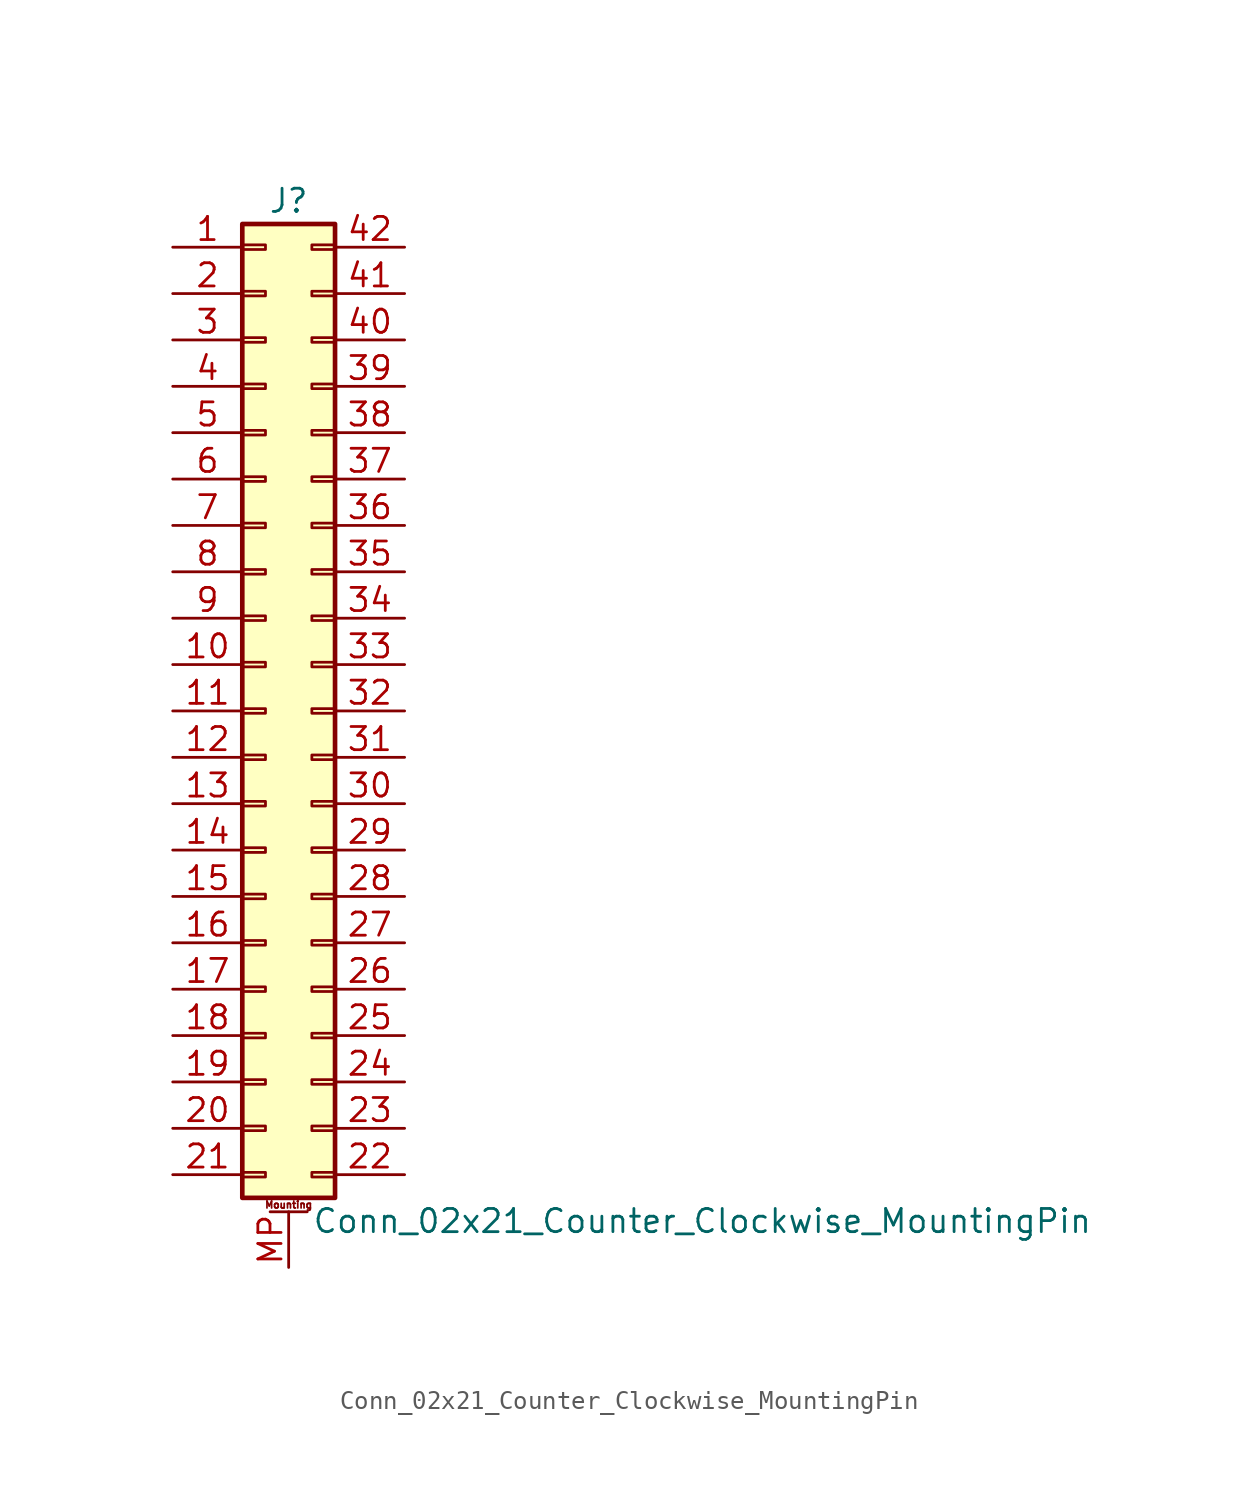
<source format=kicad_sym>
(kicad_symbol_lib
  (version 20201005)
  (generator kicad_symbol_editor)
  (symbol "Conn_02x21_Counter_Clockwise_MountingPin"
    (pin_names
      (offset 1.016) hide)
    (property "Reference" "J"
      (at 1.27 27.94 0)
      (effects (font (size 1.27 1.27))))
    (property "Value" "Conn_02x21_Counter_Clockwise_MountingPin"
      (at 2.54 -27.94 0)
      (effects (font (size 1.27 1.27)) (justify left)))
    (symbol "Conn_02x21_Counter_Clockwise_MountingPin_1_1"
      (text "Mounting" (at 1.27 -27.051 0) (effects (font (size 0.381 0.381))))
      (rectangle (start -1.27 -25.273) (end 0 -25.527) (stroke (width 0.152)) (fill (type none)))
      (rectangle (start -1.27 -22.733) (end 0 -22.987) (stroke (width 0.152)) (fill (type none)))
      (rectangle (start -1.27 -20.193) (end 0 -20.447) (stroke (width 0.152)) (fill (type none)))
      (rectangle (start -1.27 -17.653) (end 0 -17.907) (stroke (width 0.152)) (fill (type none)))
      (rectangle (start -1.27 -15.113) (end 0 -15.367) (stroke (width 0.152)) (fill (type none)))
      (rectangle (start -1.27 -12.573) (end 0 -12.827) (stroke (width 0.152)) (fill (type none)))
      (rectangle (start -1.27 -10.033) (end 0 -10.287) (stroke (width 0.152)) (fill (type none)))
      (rectangle (start -1.27 -7.493) (end 0 -7.747) (stroke (width 0.152)) (fill (type none)))
      (rectangle (start -1.27 -4.953) (end 0 -5.207) (stroke (width 0.152)) (fill (type none)))
      (rectangle (start -1.27 -2.413) (end 0 -2.667) (stroke (width 0.152)) (fill (type none)))
      (rectangle (start -1.27 0.127) (end 0 -0.127) (stroke (width 0.152)) (fill (type none)))
      (rectangle (start -1.27 2.667) (end 0 2.413) (stroke (width 0.152)) (fill (type none)))
      (rectangle (start -1.27 5.207) (end 0 4.953) (stroke (width 0.152)) (fill (type none)))
      (rectangle (start -1.27 7.747) (end 0 7.493) (stroke (width 0.152)) (fill (type none)))
      (rectangle (start -1.27 10.287) (end 0 10.033) (stroke (width 0.152)) (fill (type none)))
      (rectangle (start -1.27 12.827) (end 0 12.573) (stroke (width 0.152)) (fill (type none)))
      (rectangle (start -1.27 15.367) (end 0 15.113) (stroke (width 0.152)) (fill (type none)))
      (rectangle (start -1.27 17.907) (end 0 17.653) (stroke (width 0.152)) (fill (type none)))
      (rectangle (start -1.27 20.447) (end 0 20.193) (stroke (width 0.152)) (fill (type none)))
      (rectangle (start -1.27 22.987) (end 0 22.733) (stroke (width 0.152)) (fill (type none)))
      (rectangle (start -1.27 25.527) (end 0 25.273) (stroke (width 0.152)) (fill (type none)))
      (rectangle (start 3.81 -25.273) (end 2.54 -25.527) (stroke (width 0.152)) (fill (type none)))
      (rectangle (start 3.81 -22.733) (end 2.54 -22.987) (stroke (width 0.152)) (fill (type none)))
      (rectangle (start 3.81 -20.193) (end 2.54 -20.447) (stroke (width 0.152)) (fill (type none)))
      (rectangle (start 3.81 -17.653) (end 2.54 -17.907) (stroke (width 0.152)) (fill (type none)))
      (rectangle (start 3.81 -15.113) (end 2.54 -15.367) (stroke (width 0.152)) (fill (type none)))
      (rectangle (start 3.81 -12.573) (end 2.54 -12.827) (stroke (width 0.152)) (fill (type none)))
      (rectangle (start 3.81 -10.033) (end 2.54 -10.287) (stroke (width 0.152)) (fill (type none)))
      (rectangle (start 3.81 -7.493) (end 2.54 -7.747) (stroke (width 0.152)) (fill (type none)))
      (rectangle (start 3.81 -4.953) (end 2.54 -5.207) (stroke (width 0.152)) (fill (type none)))
      (rectangle (start 3.81 -2.413) (end 2.54 -2.667) (stroke (width 0.152)) (fill (type none)))
      (rectangle (start 3.81 0.127) (end 2.54 -0.127) (stroke (width 0.152)) (fill (type none)))
      (rectangle (start 3.81 2.667) (end 2.54 2.413) (stroke (width 0.152)) (fill (type none)))
      (rectangle (start 3.81 5.207) (end 2.54 4.953) (stroke (width 0.152)) (fill (type none)))
      (rectangle (start 3.81 7.747) (end 2.54 7.493) (stroke (width 0.152)) (fill (type none)))
      (rectangle (start 3.81 10.287) (end 2.54 10.033) (stroke (width 0.152)) (fill (type none)))
      (rectangle (start 3.81 12.827) (end 2.54 12.573) (stroke (width 0.152)) (fill (type none)))
      (rectangle (start 3.81 15.367) (end 2.54 15.113) (stroke (width 0.152)) (fill (type none)))
      (rectangle (start 3.81 17.907) (end 2.54 17.653) (stroke (width 0.152)) (fill (type none)))
      (rectangle (start 3.81 20.447) (end 2.54 20.193) (stroke (width 0.152)) (fill (type none)))
      (rectangle (start 3.81 22.987) (end 2.54 22.733) (stroke (width 0.152)) (fill (type none)))
      (rectangle (start 3.81 25.527) (end 2.54 25.273) (stroke (width 0.152)) (fill (type none)))
      (rectangle (start -1.27 26.67) (end 3.81 -26.67) (stroke (width 0.254)) (fill (type background)))
      (polyline (pts (xy 0.254 -27.432) (xy 2.286 -27.432)) (stroke (width 0.152)) (fill (type none)))
      (pin passive line (at -5.08 25.4 0) (length 3.81) (name "Pin_1" (effects (font (size 1.27 1.27)))) (number "1" (effects (font (size 1.27 1.27)))))
      (pin passive line (at -5.08 2.54 0) (length 3.81) (name "Pin_10" (effects (font (size 1.27 1.27)))) (number "10" (effects (font (size 1.27 1.27)))))
      (pin passive line (at -5.08 0 0) (length 3.81) (name "Pin_11" (effects (font (size 1.27 1.27)))) (number "11" (effects (font (size 1.27 1.27)))))
      (pin passive line (at -5.08 -2.54 0) (length 3.81) (name "Pin_12" (effects (font (size 1.27 1.27)))) (number "12" (effects (font (size 1.27 1.27)))))
      (pin passive line (at -5.08 -5.08 0) (length 3.81) (name "Pin_13" (effects (font (size 1.27 1.27)))) (number "13" (effects (font (size 1.27 1.27)))))
      (pin passive line (at -5.08 -7.62 0) (length 3.81) (name "Pin_14" (effects (font (size 1.27 1.27)))) (number "14" (effects (font (size 1.27 1.27)))))
      (pin passive line (at -5.08 -10.16 0) (length 3.81) (name "Pin_15" (effects (font (size 1.27 1.27)))) (number "15" (effects (font (size 1.27 1.27)))))
      (pin passive line (at -5.08 -12.7 0) (length 3.81) (name "Pin_16" (effects (font (size 1.27 1.27)))) (number "16" (effects (font (size 1.27 1.27)))))
      (pin passive line (at -5.08 -15.24 0) (length 3.81) (name "Pin_17" (effects (font (size 1.27 1.27)))) (number "17" (effects (font (size 1.27 1.27)))))
      (pin passive line (at -5.08 -17.78 0) (length 3.81) (name "Pin_18" (effects (font (size 1.27 1.27)))) (number "18" (effects (font (size 1.27 1.27)))))
      (pin passive line (at -5.08 -20.32 0) (length 3.81) (name "Pin_19" (effects (font (size 1.27 1.27)))) (number "19" (effects (font (size 1.27 1.27)))))
      (pin passive line (at -5.08 22.86 0) (length 3.81) (name "Pin_2" (effects (font (size 1.27 1.27)))) (number "2" (effects (font (size 1.27 1.27)))))
      (pin passive line (at -5.08 -22.86 0) (length 3.81) (name "Pin_20" (effects (font (size 1.27 1.27)))) (number "20" (effects (font (size 1.27 1.27)))))
      (pin passive line (at -5.08 -25.4 0) (length 3.81) (name "Pin_21" (effects (font (size 1.27 1.27)))) (number "21" (effects (font (size 1.27 1.27)))))
      (pin passive line (at 7.62 -25.4 180) (length 3.81) (name "Pin_22" (effects (font (size 1.27 1.27)))) (number "22" (effects (font (size 1.27 1.27)))))
      (pin passive line (at 7.62 -22.86 180) (length 3.81) (name "Pin_23" (effects (font (size 1.27 1.27)))) (number "23" (effects (font (size 1.27 1.27)))))
      (pin passive line (at 7.62 -20.32 180) (length 3.81) (name "Pin_24" (effects (font (size 1.27 1.27)))) (number "24" (effects (font (size 1.27 1.27)))))
      (pin passive line (at 7.62 -17.78 180) (length 3.81) (name "Pin_25" (effects (font (size 1.27 1.27)))) (number "25" (effects (font (size 1.27 1.27)))))
      (pin passive line (at 7.62 -15.24 180) (length 3.81) (name "Pin_26" (effects (font (size 1.27 1.27)))) (number "26" (effects (font (size 1.27 1.27)))))
      (pin passive line (at 7.62 -12.7 180) (length 3.81) (name "Pin_27" (effects (font (size 1.27 1.27)))) (number "27" (effects (font (size 1.27 1.27)))))
      (pin passive line (at 7.62 -10.16 180) (length 3.81) (name "Pin_28" (effects (font (size 1.27 1.27)))) (number "28" (effects (font (size 1.27 1.27)))))
      (pin passive line (at 7.62 -7.62 180) (length 3.81) (name "Pin_29" (effects (font (size 1.27 1.27)))) (number "29" (effects (font (size 1.27 1.27)))))
      (pin passive line (at -5.08 20.32 0) (length 3.81) (name "Pin_3" (effects (font (size 1.27 1.27)))) (number "3" (effects (font (size 1.27 1.27)))))
      (pin passive line (at 7.62 -5.08 180) (length 3.81) (name "Pin_30" (effects (font (size 1.27 1.27)))) (number "30" (effects (font (size 1.27 1.27)))))
      (pin passive line (at 7.62 -2.54 180) (length 3.81) (name "Pin_31" (effects (font (size 1.27 1.27)))) (number "31" (effects (font (size 1.27 1.27)))))
      (pin passive line (at 7.62 0 180) (length 3.81) (name "Pin_32" (effects (font (size 1.27 1.27)))) (number "32" (effects (font (size 1.27 1.27)))))
      (pin passive line (at 7.62 2.54 180) (length 3.81) (name "Pin_33" (effects (font (size 1.27 1.27)))) (number "33" (effects (font (size 1.27 1.27)))))
      (pin passive line (at 7.62 5.08 180) (length 3.81) (name "Pin_34" (effects (font (size 1.27 1.27)))) (number "34" (effects (font (size 1.27 1.27)))))
      (pin passive line (at 7.62 7.62 180) (length 3.81) (name "Pin_35" (effects (font (size 1.27 1.27)))) (number "35" (effects (font (size 1.27 1.27)))))
      (pin passive line (at 7.62 10.16 180) (length 3.81) (name "Pin_36" (effects (font (size 1.27 1.27)))) (number "36" (effects (font (size 1.27 1.27)))))
      (pin passive line (at 7.62 12.7 180) (length 3.81) (name "Pin_37" (effects (font (size 1.27 1.27)))) (number "37" (effects (font (size 1.27 1.27)))))
      (pin passive line (at 7.62 15.24 180) (length 3.81) (name "Pin_38" (effects (font (size 1.27 1.27)))) (number "38" (effects (font (size 1.27 1.27)))))
      (pin passive line (at 7.62 17.78 180) (length 3.81) (name "Pin_39" (effects (font (size 1.27 1.27)))) (number "39" (effects (font (size 1.27 1.27)))))
      (pin passive line (at -5.08 17.78 0) (length 3.81) (name "Pin_4" (effects (font (size 1.27 1.27)))) (number "4" (effects (font (size 1.27 1.27)))))
      (pin passive line (at 7.62 20.32 180) (length 3.81) (name "Pin_40" (effects (font (size 1.27 1.27)))) (number "40" (effects (font (size 1.27 1.27)))))
      (pin passive line (at 7.62 22.86 180) (length 3.81) (name "Pin_41" (effects (font (size 1.27 1.27)))) (number "41" (effects (font (size 1.27 1.27)))))
      (pin passive line (at 7.62 25.4 180) (length 3.81) (name "Pin_42" (effects (font (size 1.27 1.27)))) (number "42" (effects (font (size 1.27 1.27)))))
      (pin passive line (at -5.08 15.24 0) (length 3.81) (name "Pin_5" (effects (font (size 1.27 1.27)))) (number "5" (effects (font (size 1.27 1.27)))))
      (pin passive line (at -5.08 12.7 0) (length 3.81) (name "Pin_6" (effects (font (size 1.27 1.27)))) (number "6" (effects (font (size 1.27 1.27)))))
      (pin passive line (at -5.08 10.16 0) (length 3.81) (name "Pin_7" (effects (font (size 1.27 1.27)))) (number "7" (effects (font (size 1.27 1.27)))))
      (pin passive line (at -5.08 7.62 0) (length 3.81) (name "Pin_8" (effects (font (size 1.27 1.27)))) (number "8" (effects (font (size 1.27 1.27)))))
      (pin passive line (at -5.08 5.08 0) (length 3.81) (name "Pin_9" (effects (font (size 1.27 1.27)))) (number "9" (effects (font (size 1.27 1.27)))))
      (pin passive line (at 1.27 -30.48 90) (length 3.048) (name "MountPin" (effects (font (size 1.27 1.27)))) (number "MP" (effects (font (size 1.27 1.27))))))))
</source>
